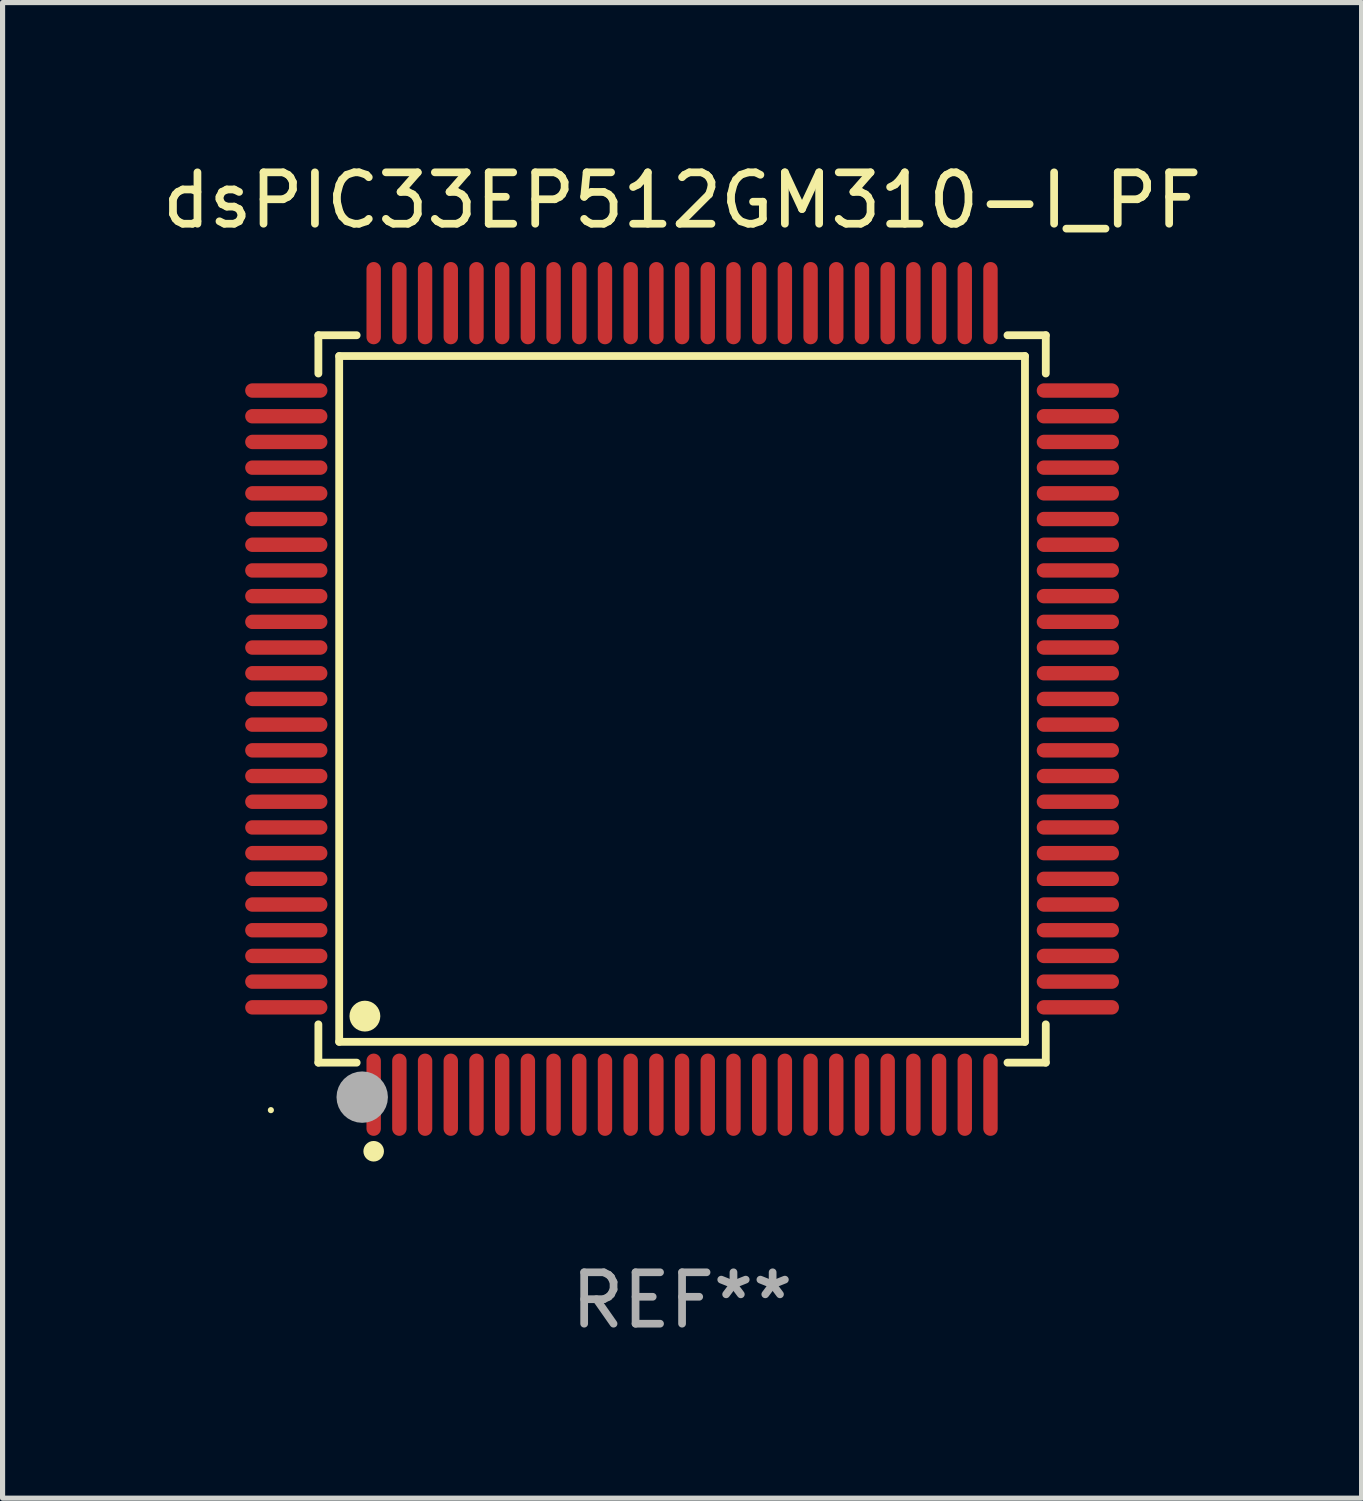
<source format=kicad_pcb>
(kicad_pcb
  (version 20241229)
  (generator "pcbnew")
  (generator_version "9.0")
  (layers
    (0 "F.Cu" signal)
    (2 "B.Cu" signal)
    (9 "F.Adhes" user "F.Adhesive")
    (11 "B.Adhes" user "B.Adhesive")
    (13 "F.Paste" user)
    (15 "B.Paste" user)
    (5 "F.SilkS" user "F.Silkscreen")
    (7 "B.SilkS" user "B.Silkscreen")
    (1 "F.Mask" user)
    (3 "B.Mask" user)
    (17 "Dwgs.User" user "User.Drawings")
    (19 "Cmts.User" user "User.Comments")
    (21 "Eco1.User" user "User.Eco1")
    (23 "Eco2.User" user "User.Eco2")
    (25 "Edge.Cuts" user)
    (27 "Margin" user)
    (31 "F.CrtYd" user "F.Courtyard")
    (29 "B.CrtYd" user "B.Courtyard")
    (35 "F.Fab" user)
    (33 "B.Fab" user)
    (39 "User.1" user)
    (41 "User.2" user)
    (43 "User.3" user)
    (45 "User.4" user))
  (footprint "dsPIC33EP512GM310-I_PF"
    (layer "F.Cu")
    (at 10.22 10.548)
    (property "Reference" "dsPIC33EP512GM310-I_PF" (at 0 -9.7 0) (layer "F.SilkS") (effects (font (size 1 1) (thickness 0.15))))
    (attr through_hole)
    (fp_line (start -7.076 -7.076) (end -6.331 -7.076) (stroke (width 0.152) (type solid)) (layer "F.SilkS"))
    (fp_line (start -7.076 -6.331) (end -7.076 -7.076) (stroke (width 0.152) (type solid)) (layer "F.SilkS"))
    (fp_line (start -7.076 6.331) (end -7.076 7.076) (stroke (width 0.152) (type solid)) (layer "F.SilkS"))
    (fp_line (start -7.076 7.076) (end -6.331 7.076) (stroke (width 0.152) (type solid)) (layer "F.SilkS"))
    (fp_line (start -6.671 -6.671) (end 6.671 -6.671) (stroke (width 0.152) (type solid)) (layer "F.SilkS"))
    (fp_line (start -6.671 6.671) (end -6.671 -6.671) (stroke (width 0.152) (type solid)) (layer "F.SilkS"))
    (fp_line (start 6.671 -6.671) (end 6.671 6.671) (stroke (width 0.152) (type solid)) (layer "F.SilkS"))
    (fp_line (start 6.671 6.671) (end -6.671 6.671) (stroke (width 0.152) (type solid)) (layer "F.SilkS"))
    (fp_line (start 7.076 -7.076) (end 6.331 -7.076) (stroke (width 0.152) (type solid)) (layer "F.SilkS"))
    (fp_line (start 7.076 -6.331) (end 7.076 -7.076) (stroke (width 0.152) (type solid)) (layer "F.SilkS"))
    (fp_line (start 7.076 6.331) (end 7.076 7.076) (stroke (width 0.152) (type solid)) (layer "F.SilkS"))
    (fp_line (start 7.076 7.076) (end 6.331 7.076) (stroke (width 0.152) (type solid)) (layer "F.SilkS"))
    (fp_circle (center -8 8) (end -7.97 8) (stroke (width 0.06) (type solid)) (fill no) (layer "F.SilkS"))
    (fp_circle (center -6.171 6.171) (end -6.021 6.171) (stroke (width 0.3) (type solid)) (fill no) (layer "F.SilkS"))
    (fp_circle (center -6 8.8) (end -5.9 8.8) (stroke (width 0.2) (type solid)) (fill no) (layer "F.SilkS"))
    (fp_circle (center -6.223 7.747) (end -5.973 7.747) (stroke (width 0.5) (type solid)) (fill no) (layer "F.Fab"))
    (fp_text user "REF**" (at 0 11.7 0) (layer "F.Fab") (effects (font (size 1 1) (thickness 0.15))))
    (pad "1" smd oval (at -6 7.7) (size 0.28 1.6) (layers "F.Cu" "F.Mask" "F.Paste"))
    (pad "2" smd oval (at -5.5 7.7) (size 0.28 1.6) (layers "F.Cu" "F.Mask" "F.Paste"))
    (pad "3" smd oval (at -5 7.7) (size 0.28 1.6) (layers "F.Cu" "F.Mask" "F.Paste"))
    (pad "4" smd oval (at -4.5 7.7) (size 0.28 1.6) (layers "F.Cu" "F.Mask" "F.Paste"))
    (pad "5" smd oval (at -4 7.7) (size 0.28 1.6) (layers "F.Cu" "F.Mask" "F.Paste"))
    (pad "6" smd oval (at -3.5 7.7) (size 0.28 1.6) (layers "F.Cu" "F.Mask" "F.Paste"))
    (pad "7" smd oval (at -3 7.7) (size 0.28 1.6) (layers "F.Cu" "F.Mask" "F.Paste"))
    (pad "8" smd oval (at -2.5 7.7) (size 0.28 1.6) (layers "F.Cu" "F.Mask" "F.Paste"))
    (pad "9" smd oval (at -2 7.7) (size 0.28 1.6) (layers "F.Cu" "F.Mask" "F.Paste"))
    (pad "10" smd oval (at -1.5 7.7) (size 0.28 1.6) (layers "F.Cu" "F.Mask" "F.Paste"))
    (pad "11" smd oval (at -1 7.7) (size 0.28 1.6) (layers "F.Cu" "F.Mask" "F.Paste"))
    (pad "12" smd oval (at -0.5 7.7) (size 0.28 1.6) (layers "F.Cu" "F.Mask" "F.Paste"))
    (pad "13" smd oval (at 0 7.7) (size 0.28 1.6) (layers "F.Cu" "F.Mask" "F.Paste"))
    (pad "14" smd oval (at 0.5 7.7) (size 0.28 1.6) (layers "F.Cu" "F.Mask" "F.Paste"))
    (pad "15" smd oval (at 1 7.7) (size 0.28 1.6) (layers "F.Cu" "F.Mask" "F.Paste"))
    (pad "16" smd oval (at 1.5 7.7) (size 0.28 1.6) (layers "F.Cu" "F.Mask" "F.Paste"))
    (pad "17" smd oval (at 2 7.7) (size 0.28 1.6) (layers "F.Cu" "F.Mask" "F.Paste"))
    (pad "18" smd oval (at 2.5 7.7) (size 0.28 1.6) (layers "F.Cu" "F.Mask" "F.Paste"))
    (pad "19" smd oval (at 3 7.7) (size 0.28 1.6) (layers "F.Cu" "F.Mask" "F.Paste"))
    (pad "20" smd oval (at 3.5 7.7) (size 0.28 1.6) (layers "F.Cu" "F.Mask" "F.Paste"))
    (pad "21" smd oval (at 4 7.7) (size 0.28 1.6) (layers "F.Cu" "F.Mask" "F.Paste"))
    (pad "22" smd oval (at 4.5 7.7) (size 0.28 1.6) (layers "F.Cu" "F.Mask" "F.Paste"))
    (pad "23" smd oval (at 5 7.7) (size 0.28 1.6) (layers "F.Cu" "F.Mask" "F.Paste"))
    (pad "24" smd oval (at 5.5 7.7) (size 0.28 1.6) (layers "F.Cu" "F.Mask" "F.Paste"))
    (pad "25" smd oval (at 6 7.7) (size 0.28 1.6) (layers "F.Cu" "F.Mask" "F.Paste"))
    (pad "26" smd oval (at 7.7 6) (size 1.6 0.28) (layers "F.Cu" "F.Mask" "F.Paste"))
    (pad "27" smd oval (at 7.7 5.5) (size 1.6 0.28) (layers "F.Cu" "F.Mask" "F.Paste"))
    (pad "28" smd oval (at 7.7 5) (size 1.6 0.28) (layers "F.Cu" "F.Mask" "F.Paste"))
    (pad "29" smd oval (at 7.7 4.5) (size 1.6 0.28) (layers "F.Cu" "F.Mask" "F.Paste"))
    (pad "30" smd oval (at 7.7 4) (size 1.6 0.28) (layers "F.Cu" "F.Mask" "F.Paste"))
    (pad "31" smd oval (at 7.7 3.5) (size 1.6 0.28) (layers "F.Cu" "F.Mask" "F.Paste"))
    (pad "32" smd oval (at 7.7 3) (size 1.6 0.28) (layers "F.Cu" "F.Mask" "F.Paste"))
    (pad "33" smd oval (at 7.7 2.5) (size 1.6 0.28) (layers "F.Cu" "F.Mask" "F.Paste"))
    (pad "34" smd oval (at 7.7 2) (size 1.6 0.28) (layers "F.Cu" "F.Mask" "F.Paste"))
    (pad "35" smd oval (at 7.7 1.5) (size 1.6 0.28) (layers "F.Cu" "F.Mask" "F.Paste"))
    (pad "36" smd oval (at 7.7 1) (size 1.6 0.28) (layers "F.Cu" "F.Mask" "F.Paste"))
    (pad "37" smd oval (at 7.7 0.5) (size 1.6 0.28) (layers "F.Cu" "F.Mask" "F.Paste"))
    (pad "38" smd oval (at 7.7 0) (size 1.6 0.28) (layers "F.Cu" "F.Mask" "F.Paste"))
    (pad "39" smd oval (at 7.7 -0.5) (size 1.6 0.28) (layers "F.Cu" "F.Mask" "F.Paste"))
    (pad "40" smd oval (at 7.7 -1) (size 1.6 0.28) (layers "F.Cu" "F.Mask" "F.Paste"))
    (pad "41" smd oval (at 7.7 -1.5) (size 1.6 0.28) (layers "F.Cu" "F.Mask" "F.Paste"))
    (pad "42" smd oval (at 7.7 -2) (size 1.6 0.28) (layers "F.Cu" "F.Mask" "F.Paste"))
    (pad "43" smd oval (at 7.7 -2.5) (size 1.6 0.28) (layers "F.Cu" "F.Mask" "F.Paste"))
    (pad "44" smd oval (at 7.7 -3) (size 1.6 0.28) (layers "F.Cu" "F.Mask" "F.Paste"))
    (pad "45" smd oval (at 7.7 -3.5) (size 1.6 0.28) (layers "F.Cu" "F.Mask" "F.Paste"))
    (pad "46" smd oval (at 7.7 -4) (size 1.6 0.28) (layers "F.Cu" "F.Mask" "F.Paste"))
    (pad "47" smd oval (at 7.7 -4.5) (size 1.6 0.28) (layers "F.Cu" "F.Mask" "F.Paste"))
    (pad "48" smd oval (at 7.7 -5) (size 1.6 0.28) (layers "F.Cu" "F.Mask" "F.Paste"))
    (pad "49" smd oval (at 7.7 -5.5) (size 1.6 0.28) (layers "F.Cu" "F.Mask" "F.Paste"))
    (pad "50" smd oval (at 7.7 -6) (size 1.6 0.28) (layers "F.Cu" "F.Mask" "F.Paste"))
    (pad "51" smd oval (at 6 -7.7) (size 0.28 1.6) (layers "F.Cu" "F.Mask" "F.Paste"))
    (pad "52" smd oval (at 5.5 -7.7) (size 0.28 1.6) (layers "F.Cu" "F.Mask" "F.Paste"))
    (pad "53" smd oval (at 5 -7.7) (size 0.28 1.6) (layers "F.Cu" "F.Mask" "F.Paste"))
    (pad "54" smd oval (at 4.5 -7.7) (size 0.28 1.6) (layers "F.Cu" "F.Mask" "F.Paste"))
    (pad "55" smd oval (at 4 -7.7) (size 0.28 1.6) (layers "F.Cu" "F.Mask" "F.Paste"))
    (pad "56" smd oval (at 3.5 -7.7) (size 0.28 1.6) (layers "F.Cu" "F.Mask" "F.Paste"))
    (pad "57" smd oval (at 3 -7.7) (size 0.28 1.6) (layers "F.Cu" "F.Mask" "F.Paste"))
    (pad "58" smd oval (at 2.5 -7.7) (size 0.28 1.6) (layers "F.Cu" "F.Mask" "F.Paste"))
    (pad "59" smd oval (at 2 -7.7) (size 0.28 1.6) (layers "F.Cu" "F.Mask" "F.Paste"))
    (pad "60" smd oval (at 1.5 -7.7) (size 0.28 1.6) (layers "F.Cu" "F.Mask" "F.Paste"))
    (pad "61" smd oval (at 1 -7.7) (size 0.28 1.6) (layers "F.Cu" "F.Mask" "F.Paste"))
    (pad "62" smd oval (at 0.5 -7.7) (size 0.28 1.6) (layers "F.Cu" "F.Mask" "F.Paste"))
    (pad "63" smd oval (at 0 -7.7) (size 0.28 1.6) (layers "F.Cu" "F.Mask" "F.Paste"))
    (pad "64" smd oval (at -0.5 -7.7) (size 0.28 1.6) (layers "F.Cu" "F.Mask" "F.Paste"))
    (pad "65" smd oval (at -1 -7.7) (size 0.28 1.6) (layers "F.Cu" "F.Mask" "F.Paste"))
    (pad "66" smd oval (at -1.5 -7.7) (size 0.28 1.6) (layers "F.Cu" "F.Mask" "F.Paste"))
    (pad "67" smd oval (at -2 -7.7) (size 0.28 1.6) (layers "F.Cu" "F.Mask" "F.Paste"))
    (pad "68" smd oval (at -2.5 -7.7) (size 0.28 1.6) (layers "F.Cu" "F.Mask" "F.Paste"))
    (pad "69" smd oval (at -3 -7.7) (size 0.28 1.6) (layers "F.Cu" "F.Mask" "F.Paste"))
    (pad "70" smd oval (at -3.5 -7.7) (size 0.28 1.6) (layers "F.Cu" "F.Mask" "F.Paste"))
    (pad "71" smd oval (at -4 -7.7) (size 0.28 1.6) (layers "F.Cu" "F.Mask" "F.Paste"))
    (pad "72" smd oval (at -4.5 -7.7) (size 0.28 1.6) (layers "F.Cu" "F.Mask" "F.Paste"))
    (pad "73" smd oval (at -5 -7.7) (size 0.28 1.6) (layers "F.Cu" "F.Mask" "F.Paste"))
    (pad "74" smd oval (at -5.5 -7.7) (size 0.28 1.6) (layers "F.Cu" "F.Mask" "F.Paste"))
    (pad "75" smd oval (at -6 -7.7) (size 0.28 1.6) (layers "F.Cu" "F.Mask" "F.Paste"))
    (pad "76" smd oval (at -7.7 -6) (size 1.6 0.28) (layers "F.Cu" "F.Mask" "F.Paste"))
    (pad "77" smd oval (at -7.7 -5.5) (size 1.6 0.28) (layers "F.Cu" "F.Mask" "F.Paste"))
    (pad "78" smd oval (at -7.7 -5) (size 1.6 0.28) (layers "F.Cu" "F.Mask" "F.Paste"))
    (pad "79" smd oval (at -7.7 -4.5) (size 1.6 0.28) (layers "F.Cu" "F.Mask" "F.Paste"))
    (pad "80" smd oval (at -7.7 -4) (size 1.6 0.28) (layers "F.Cu" "F.Mask" "F.Paste"))
    (pad "81" smd oval (at -7.7 -3.5) (size 1.6 0.28) (layers "F.Cu" "F.Mask" "F.Paste"))
    (pad "82" smd oval (at -7.7 -3) (size 1.6 0.28) (layers "F.Cu" "F.Mask" "F.Paste"))
    (pad "83" smd oval (at -7.7 -2.5) (size 1.6 0.28) (layers "F.Cu" "F.Mask" "F.Paste"))
    (pad "84" smd oval (at -7.7 -2) (size 1.6 0.28) (layers "F.Cu" "F.Mask" "F.Paste"))
    (pad "85" smd oval (at -7.7 -1.5) (size 1.6 0.28) (layers "F.Cu" "F.Mask" "F.Paste"))
    (pad "86" smd oval (at -7.7 -1) (size 1.6 0.28) (layers "F.Cu" "F.Mask" "F.Paste"))
    (pad "87" smd oval (at -7.7 -0.5) (size 1.6 0.28) (layers "F.Cu" "F.Mask" "F.Paste"))
    (pad "88" smd oval (at -7.7 0) (size 1.6 0.28) (layers "F.Cu" "F.Mask" "F.Paste"))
    (pad "89" smd oval (at -7.7 0.5) (size 1.6 0.28) (layers "F.Cu" "F.Mask" "F.Paste"))
    (pad "90" smd oval (at -7.7 1) (size 1.6 0.28) (layers "F.Cu" "F.Mask" "F.Paste"))
    (pad "91" smd oval (at -7.7 1.5) (size 1.6 0.28) (layers "F.Cu" "F.Mask" "F.Paste"))
    (pad "92" smd oval (at -7.7 2) (size 1.6 0.28) (layers "F.Cu" "F.Mask" "F.Paste"))
    (pad "93" smd oval (at -7.7 2.5) (size 1.6 0.28) (layers "F.Cu" "F.Mask" "F.Paste"))
    (pad "94" smd oval (at -7.7 3) (size 1.6 0.28) (layers "F.Cu" "F.Mask" "F.Paste"))
    (pad "95" smd oval (at -7.7 3.5) (size 1.6 0.28) (layers "F.Cu" "F.Mask" "F.Paste"))
    (pad "96" smd oval (at -7.7 4) (size 1.6 0.28) (layers "F.Cu" "F.Mask" "F.Paste"))
    (pad "97" smd oval (at -7.7 4.5) (size 1.6 0.28) (layers "F.Cu" "F.Mask" "F.Paste"))
    (pad "98" smd oval (at -7.7 5) (size 1.6 0.28) (layers "F.Cu" "F.Mask" "F.Paste"))
    (pad "99" smd oval (at -7.7 5.5) (size 1.6 0.28) (layers "F.Cu" "F.Mask" "F.Paste"))
    (pad "100" smd oval (at -7.7 6) (size 1.6 0.28) (layers "F.Cu" "F.Mask" "F.Paste")))
  (gr_rect
    (start -3 -3)
    (end 23.44 26.097)
    (stroke (width 0.1) (type default))
    (fill no)
    (layer "Edge.Cuts")))
</source>
